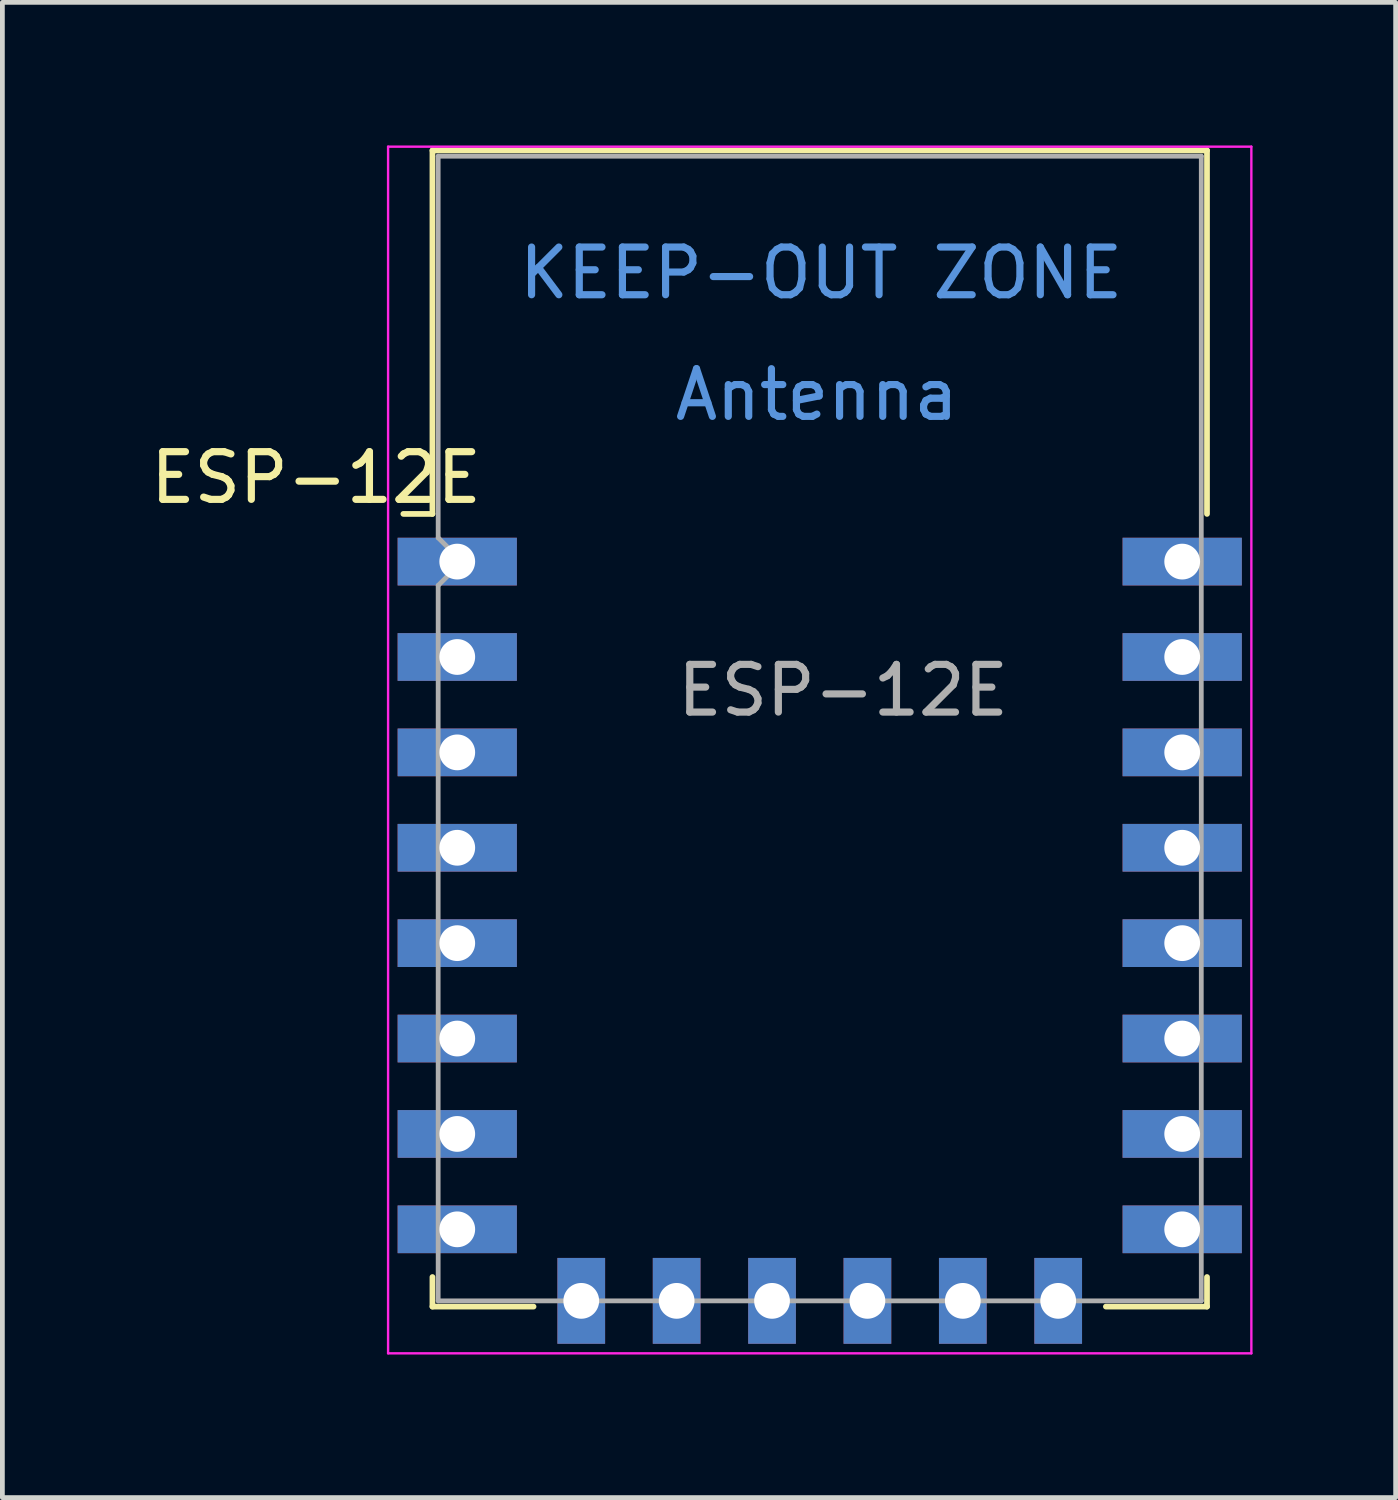
<source format=kicad_pcb>
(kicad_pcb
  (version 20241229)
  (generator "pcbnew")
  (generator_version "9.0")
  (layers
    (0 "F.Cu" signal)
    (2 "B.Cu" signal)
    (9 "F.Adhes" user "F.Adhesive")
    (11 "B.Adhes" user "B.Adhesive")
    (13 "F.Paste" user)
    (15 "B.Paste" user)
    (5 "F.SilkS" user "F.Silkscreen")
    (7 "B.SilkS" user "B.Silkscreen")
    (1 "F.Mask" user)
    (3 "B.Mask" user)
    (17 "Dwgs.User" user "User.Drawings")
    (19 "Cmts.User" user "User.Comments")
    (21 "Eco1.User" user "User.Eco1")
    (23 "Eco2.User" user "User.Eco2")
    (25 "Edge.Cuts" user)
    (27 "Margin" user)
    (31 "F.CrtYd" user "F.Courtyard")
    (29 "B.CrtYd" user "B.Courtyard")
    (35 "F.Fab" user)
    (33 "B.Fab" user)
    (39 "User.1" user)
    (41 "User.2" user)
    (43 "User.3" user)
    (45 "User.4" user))
  (footprint "ESP-12E"
    (layer "F.Cu")
    (at 14.137 12.225)
    (property "Reference" "ESP-12E" (at -10.56 -5.26 0) (layer "F.SilkS") (effects (font (size 1 1) (thickness 0.15))))
    (attr smd)
    (fp_line (start -8.12 -12.12) (end 8.12 -12.12) (stroke (width 0.12) (type solid)) (layer "F.SilkS"))
    (fp_line (start -8.12 -4.5) (end -8.73 -4.5) (stroke (width 0.12) (type solid)) (layer "F.SilkS"))
    (fp_line (start -8.12 -4.5) (end -8.12 -12.12) (stroke (width 0.12) (type solid)) (layer "F.SilkS"))
    (fp_line (start -8.12 12.12) (end -8.12 11.5) (stroke (width 0.12) (type solid)) (layer "F.SilkS"))
    (fp_line (start -6 12.12) (end -8.12 12.12) (stroke (width 0.12) (type solid)) (layer "F.SilkS"))
    (fp_line (start 8.12 -12.12) (end 8.12 -4.5) (stroke (width 0.12) (type solid)) (layer "F.SilkS"))
    (fp_line (start 8.12 11.5) (end 8.12 12.12) (stroke (width 0.12) (type solid)) (layer "F.SilkS"))
    (fp_line (start 8.12 12.12) (end 6 12.12) (stroke (width 0.12) (type solid)) (layer "F.SilkS"))
    (fp_line (start -9.05 -12.2) (end 9.05 -12.2) (stroke (width 0.05) (type solid)) (layer "F.CrtYd"))
    (fp_line (start -9.05 13.1) (end -9.05 -12.2) (stroke (width 0.05) (type solid)) (layer "F.CrtYd"))
    (fp_line (start 9.05 -12.2) (end 9.05 13.1) (stroke (width 0.05) (type solid)) (layer "F.CrtYd"))
    (fp_line (start 9.05 13.1) (end -9.05 13.1) (stroke (width 0.05) (type solid)) (layer "F.CrtYd"))
    (fp_line (start -8 -12) (end 8 -12) (stroke (width 0.1) (type solid)) (layer "F.Fab"))
    (fp_line (start -8 -4) (end -8 -12) (stroke (width 0.1) (type solid)) (layer "F.Fab"))
    (fp_line (start -8 -3) (end -7.5 -3.5) (stroke (width 0.1) (type solid)) (layer "F.Fab"))
    (fp_line (start -8 12) (end -8 -3) (stroke (width 0.1) (type solid)) (layer "F.Fab"))
    (fp_line (start -7.5 -3.5) (end -8 -4) (stroke (width 0.1) (type solid)) (layer "F.Fab"))
    (fp_line (start 8 -12) (end 8 12) (stroke (width 0.1) (type solid)) (layer "F.Fab"))
    (fp_line (start 8 12) (end -8 12) (stroke (width 0.1) (type solid)) (layer "F.Fab"))
    (fp_text user "Antenna" (at -0.06 -7 180) (layer "Cmts.User") (effects (font (size 1 1) (thickness 0.15))))
    (fp_text user "KEEP-OUT ZONE" (at 0.03 -9.55 180) (layer "Cmts.User") (effects (font (size 1 1) (thickness 0.15))))
    (fp_text user "${REFERENCE}" (at 0.49 -0.8 0) (layer "F.Fab") (effects (font (size 1 1) (thickness 0.15))))
    (pad "1" thru_hole rect (at -7.6 -3.5) (size 2.5 1) (drill 0.75) (layers "*.Cu" "*.Mask"))
    (pad "2" thru_hole rect (at -7.6 -1.5) (size 2.5 1) (drill 0.75) (layers "*.Cu" "*.Mask"))
    (pad "3" thru_hole rect (at -7.6 0.5) (size 2.5 1) (drill 0.75) (layers "*.Cu" "*.Mask"))
    (pad "4" thru_hole rect (at -7.6 2.5) (size 2.5 1) (drill 0.75) (layers "*.Cu" "*.Mask"))
    (pad "5" thru_hole rect (at -7.6 4.5) (size 2.5 1) (drill 0.75) (layers "*.Cu" "*.Mask"))
    (pad "6" thru_hole rect (at -7.6 6.5) (size 2.5 1) (drill 0.75) (layers "*.Cu" "*.Mask"))
    (pad "7" thru_hole rect (at -7.6 8.5) (size 2.5 1) (drill 0.75) (layers "*.Cu" "*.Mask"))
    (pad "8" thru_hole rect (at -7.6 10.5) (size 2.5 1) (drill 0.75) (layers "*.Cu" "*.Mask"))
    (pad "9" thru_hole rect (at -5 12) (size 1 1.8) (drill 0.75) (layers "*.Cu" "*.Mask"))
    (pad "10" thru_hole rect (at -3 12) (size 1 1.8) (drill 0.75) (layers "*.Cu" "*.Mask"))
    (pad "11" thru_hole rect (at -1 12) (size 1 1.8) (drill 0.75) (layers "*.Cu" "*.Mask"))
    (pad "12" thru_hole rect (at 1 12) (size 1 1.8) (drill 0.75) (layers "*.Cu" "*.Mask"))
    (pad "13" thru_hole rect (at 3 12) (size 1 1.8) (drill 0.75) (layers "*.Cu" "*.Mask"))
    (pad "14" thru_hole rect (at 5 12) (size 1 1.8) (drill 0.75) (layers "*.Cu" "*.Mask"))
    (pad "15" thru_hole rect (at 7.6 10.5) (size 2.5 1) (drill 0.75) (layers "*.Cu" "*.Mask"))
    (pad "16" thru_hole rect (at 7.6 8.5) (size 2.5 1) (drill 0.75) (layers "*.Cu" "*.Mask"))
    (pad "17" thru_hole rect (at 7.6 6.5) (size 2.5 1) (drill 0.75) (layers "*.Cu" "*.Mask"))
    (pad "18" thru_hole rect (at 7.6 4.5) (size 2.5 1) (drill 0.75) (layers "*.Cu" "*.Mask"))
    (pad "19" thru_hole rect (at 7.6 2.5) (size 2.5 1) (drill 0.75) (layers "*.Cu" "*.Mask"))
    (pad "20" thru_hole rect (at 7.6 0.5) (size 2.5 1) (drill 0.75) (layers "*.Cu" "*.Mask"))
    (pad "21" thru_hole rect (at 7.6 -1.5) (size 2.5 1) (drill 0.75) (layers "*.Cu" "*.Mask"))
    (pad "22" thru_hole rect (at 7.6 -3.5) (size 2.5 1) (drill 0.75) (layers "*.Cu" "*.Mask"))
    (zone (net_name "") (layers "F.Cu" "B.Cu") (hatch full 0.508) (connect_pads) (min_thickness 0.254) (filled_areas_thickness no) (keepout (tracks not_allowed) (vias not_allowed) (pads not_allowed) (copperpour not_allowed) (footprints not_allowed)) (placement (enabled no)) (fill) (polygon (pts (xy 6.017 7.425) (xy 22.257 7.425) (xy 22.257 0.105) (xy 6.017 0.105)))))
  (gr_rect
    (start -3 -3)
    (end 26.212 28.35)
    (stroke (width 0.1) (type default))
    (fill no)
    (layer "Edge.Cuts")))
</source>
